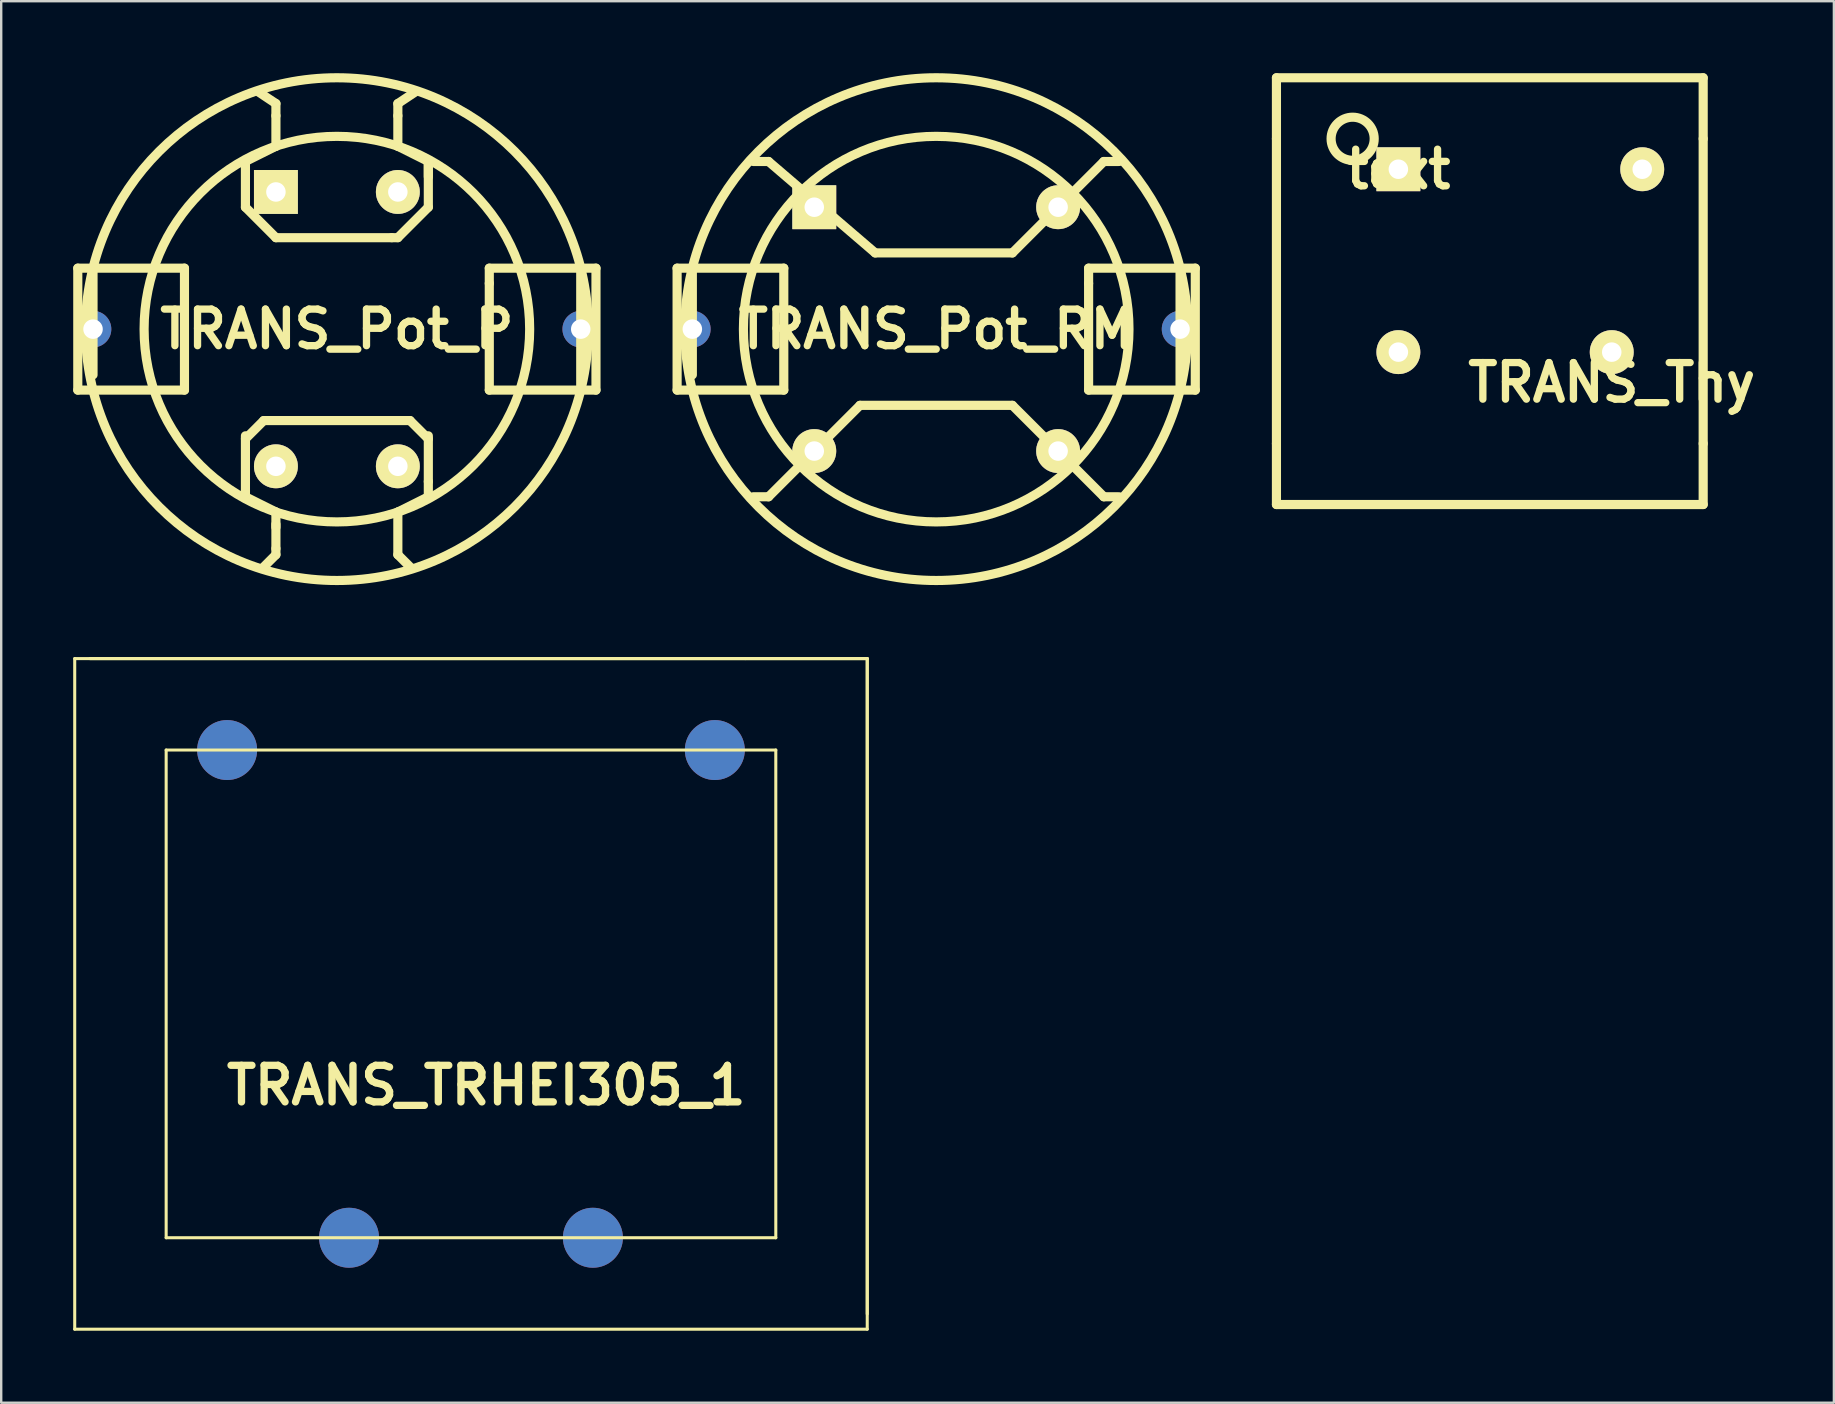
<source format=kicad_pcb>
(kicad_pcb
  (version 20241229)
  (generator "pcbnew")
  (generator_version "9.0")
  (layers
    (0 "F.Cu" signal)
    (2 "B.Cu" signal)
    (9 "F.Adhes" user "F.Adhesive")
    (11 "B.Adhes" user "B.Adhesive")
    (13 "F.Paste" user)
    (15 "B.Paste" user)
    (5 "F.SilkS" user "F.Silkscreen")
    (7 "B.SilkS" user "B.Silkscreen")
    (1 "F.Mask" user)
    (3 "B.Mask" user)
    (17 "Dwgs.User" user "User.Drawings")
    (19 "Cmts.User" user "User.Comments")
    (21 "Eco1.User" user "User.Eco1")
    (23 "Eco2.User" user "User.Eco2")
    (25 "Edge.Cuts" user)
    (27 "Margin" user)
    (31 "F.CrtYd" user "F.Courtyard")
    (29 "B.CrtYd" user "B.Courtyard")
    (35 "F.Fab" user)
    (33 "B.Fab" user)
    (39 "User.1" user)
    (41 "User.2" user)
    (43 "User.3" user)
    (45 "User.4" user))
  (footprint "TRANS_Thy"
    (layer "F.Cu")
    (at 60.292 7.811)
    (property "Reference" "TRANS_Thy" (at 3.81 5.08 0) (layer "F.SilkS") (effects (font (size 1.524 1.524) (thickness 0.305))))
    (attr through_hole)
    (fp_line (start -10.16 -7.62) (end 7.62 -7.62) (stroke (width 0.381) (type solid)) (layer "F.SilkS"))
    (fp_line (start -10.16 -5.08) (end -10.16 -7.62) (stroke (width 0.381) (type solid)) (layer "F.SilkS"))
    (fp_line (start -10.16 7.62) (end -10.16 -5.08) (stroke (width 0.381) (type solid)) (layer "F.SilkS"))
    (fp_line (start -10.16 7.62) (end -10.16 10.16) (stroke (width 0.381) (type solid)) (layer "F.SilkS"))
    (fp_line (start -10.16 10.16) (end 7.62 10.16) (stroke (width 0.381) (type solid)) (layer "F.SilkS"))
    (fp_line (start 7.62 -7.62) (end 7.62 -5.08) (stroke (width 0.381) (type solid)) (layer "F.SilkS"))
    (fp_line (start 7.62 7.62) (end 7.62 -5.08) (stroke (width 0.381) (type solid)) (layer "F.SilkS"))
    (fp_line (start 7.62 10.16) (end 7.62 7.62) (stroke (width 0.381) (type solid)) (layer "F.SilkS"))
    (fp_circle (center -6.985 -5.08) (end -6.35 -4.445) (stroke (width 0.381) (type solid)) (fill no) (layer "F.SilkS"))
    (fp_text user "text" (at -5.08 -3.81 0) (layer "F.SilkS") (effects (font (size 1.524 1.524) (thickness 0.305))))
    (pad "1" thru_hole rect (at -5.08 -3.81) (size 1.829 1.829) (drill 0.813) (layers "*.Cu" "*.Mask" "F.SilkS"))
    (pad "2" thru_hole circle (at -5.08 3.81) (size 1.829 1.829) (drill 0.813) (layers "*.Cu" "*.Mask" "F.SilkS"))
    (pad "3" thru_hole circle (at 3.81 3.81) (size 1.829 1.829) (drill 0.813) (layers "*.Cu" "*.Mask" "F.SilkS"))
    (pad "4" thru_hole circle (at 5.08 -3.81) (size 1.829 1.829) (drill 0.813) (layers "*.Cu" "*.Mask" "F.SilkS")))
  (footprint "TRANS_TRHEI305_1"
    (layer "F.Cu")
    (at 16.573 38.36)
    (property "Reference" "TRANS_TRHEI305_1" (at 0.635 3.81 0) (layer "F.SilkS") (effects (font (size 1.524 1.524) (thickness 0.305))))
    (attr through_hole)
    (fp_line (start -16.51 -13.97) (end 16.51 -13.97) (stroke (width 0.127) (type solid)) (layer "F.SilkS"))
    (fp_line (start -16.51 13.97) (end -16.51 -13.97) (stroke (width 0.127) (type solid)) (layer "F.SilkS"))
    (fp_line (start -15.875 -13.97) (end 11.43 -13.97) (stroke (width 0.127) (type solid)) (layer "F.SilkS"))
    (fp_line (start -12.7 -10.16) (end 12.7 -10.16) (stroke (width 0.127) (type solid)) (layer "F.SilkS"))
    (fp_line (start -12.7 10.16) (end -12.7 -10.16) (stroke (width 0.127) (type solid)) (layer "F.SilkS"))
    (fp_line (start 11.43 -13.97) (end 16.51 -13.97) (stroke (width 0.127) (type solid)) (layer "F.SilkS"))
    (fp_line (start 12.7 -10.16) (end 12.7 10.16) (stroke (width 0.127) (type solid)) (layer "F.SilkS"))
    (fp_line (start 12.7 10.16) (end -12.7 10.16) (stroke (width 0.127) (type solid)) (layer "F.SilkS"))
    (fp_line (start 16.51 -13.97) (end 16.51 13.335) (stroke (width 0.127) (type solid)) (layer "F.SilkS"))
    (fp_line (start 16.51 -13.97) (end 16.51 13.97) (stroke (width 0.127) (type solid)) (layer "F.SilkS"))
    (fp_line (start 16.51 13.97) (end -16.51 13.97) (stroke (width 0.127) (type solid)) (layer "F.SilkS"))
    (pad "1" smd circle (at 10.16 -10.16) (size 2.499 2.499) (layers "*.Cu" "*.Mask"))
    (pad "5" smd circle (at -10.16 -10.16) (size 2.499 2.499) (layers "*.Cu" "*.Mask"))
    (pad "7" smd circle (at -5.08 10.16) (size 2.499 2.499) (layers "*.Cu" "*.Mask"))
    (pad "9" smd circle (at 5.08 10.16) (size 2.499 2.499) (layers "*.Cu" "*.Mask")))
  (footprint "TRANS_Pot_P"
    (layer "F.Cu")
    (at 10.986 10.663)
    (property "Reference" "TRANS_Pot_P" (at 0 0 0) (layer "F.SilkS") (effects (font (size 1.524 1.524) (thickness 0.305))))
    (attr through_hole)
    (fp_line (start -10.795 -2.54) (end -10.16 -2.54) (stroke (width 0.381) (type solid)) (layer "F.SilkS"))
    (fp_line (start -10.795 2.54) (end -10.795 -2.54) (stroke (width 0.381) (type solid)) (layer "F.SilkS"))
    (fp_line (start -10.16 -2.54) (end -10.16 1.905) (stroke (width 0.381) (type solid)) (layer "F.SilkS"))
    (fp_line (start -10.16 -2.54) (end -6.35 -2.54) (stroke (width 0.381) (type solid)) (layer "F.SilkS"))
    (fp_line (start -6.35 -2.54) (end -6.35 2.54) (stroke (width 0.381) (type solid)) (layer "F.SilkS"))
    (fp_line (start -6.35 2.54) (end -10.795 2.54) (stroke (width 0.381) (type solid)) (layer "F.SilkS"))
    (fp_line (start -3.81 -6.985) (end -2.54 -7.62) (stroke (width 0.381) (type solid)) (layer "F.SilkS"))
    (fp_line (start -3.81 -5.08) (end -3.81 -6.985) (stroke (width 0.381) (type solid)) (layer "F.SilkS"))
    (fp_line (start -3.81 -5.08) (end -2.54 -3.81) (stroke (width 0.381) (type solid)) (layer "F.SilkS"))
    (fp_line (start -3.81 4.572) (end -3.048 3.81) (stroke (width 0.381) (type solid)) (layer "F.SilkS"))
    (fp_line (start -3.81 6.985) (end -3.81 4.445) (stroke (width 0.381) (type solid)) (layer "F.SilkS"))
    (fp_line (start -3.048 3.81) (end 3.048 3.81) (stroke (width 0.381) (type solid)) (layer "F.SilkS"))
    (fp_line (start -2.54 -9.398) (end -3.302 -9.906) (stroke (width 0.381) (type solid)) (layer "F.SilkS"))
    (fp_line (start -2.54 -8.89) (end -2.54 -9.398) (stroke (width 0.381) (type solid)) (layer "F.SilkS"))
    (fp_line (start -2.54 -7.62) (end -2.54 -8.89) (stroke (width 0.381) (type solid)) (layer "F.SilkS"))
    (fp_line (start -2.54 -3.81) (end 2.286 -3.81) (stroke (width 0.381) (type solid)) (layer "F.SilkS"))
    (fp_line (start -2.54 7.62) (end -3.81 6.985) (stroke (width 0.381) (type solid)) (layer "F.SilkS"))
    (fp_line (start -2.54 8.255) (end -2.54 7.62) (stroke (width 0.381) (type solid)) (layer "F.SilkS"))
    (fp_line (start -2.54 9.144) (end -2.54 8.128) (stroke (width 0.381) (type solid)) (layer "F.SilkS"))
    (fp_line (start -2.54 9.144) (end -2.54 9.398) (stroke (width 0.381) (type solid)) (layer "F.SilkS"))
    (fp_line (start -2.54 9.398) (end -3.048 9.906) (stroke (width 0.381) (type solid)) (layer "F.SilkS"))
    (fp_line (start 2.286 -3.81) (end 2.54 -3.81) (stroke (width 0.381) (type solid)) (layer "F.SilkS"))
    (fp_line (start 2.54 -9.398) (end 3.302 -9.906) (stroke (width 0.381) (type solid)) (layer "F.SilkS"))
    (fp_line (start 2.54 -8.89) (end 2.54 -9.398) (stroke (width 0.381) (type solid)) (layer "F.SilkS"))
    (fp_line (start 2.54 -7.62) (end 2.54 -8.89) (stroke (width 0.381) (type solid)) (layer "F.SilkS"))
    (fp_line (start 2.54 -3.81) (end 3.81 -5.08) (stroke (width 0.381) (type solid)) (layer "F.SilkS"))
    (fp_line (start 2.54 7.62) (end 2.54 9.398) (stroke (width 0.381) (type solid)) (layer "F.SilkS"))
    (fp_line (start 2.54 9.398) (end 3.048 9.906) (stroke (width 0.381) (type solid)) (layer "F.SilkS"))
    (fp_line (start 3.048 3.81) (end 3.81 4.572) (stroke (width 0.381) (type solid)) (layer "F.SilkS"))
    (fp_line (start 3.81 -6.985) (end 2.54 -7.62) (stroke (width 0.381) (type solid)) (layer "F.SilkS"))
    (fp_line (start 3.81 -6.35) (end 3.81 -6.985) (stroke (width 0.381) (type solid)) (layer "F.SilkS"))
    (fp_line (start 3.81 -5.08) (end 3.81 -6.858) (stroke (width 0.381) (type solid)) (layer "F.SilkS"))
    (fp_line (start 3.81 4.445) (end 3.81 6.35) (stroke (width 0.381) (type solid)) (layer "F.SilkS"))
    (fp_line (start 3.81 6.35) (end 3.81 6.985) (stroke (width 0.381) (type solid)) (layer "F.SilkS"))
    (fp_line (start 3.81 6.985) (end 2.54 7.62) (stroke (width 0.381) (type solid)) (layer "F.SilkS"))
    (fp_line (start 6.35 -2.54) (end 10.795 -2.54) (stroke (width 0.381) (type solid)) (layer "F.SilkS"))
    (fp_line (start 6.35 -1.905) (end 6.35 -2.54) (stroke (width 0.381) (type solid)) (layer "F.SilkS"))
    (fp_line (start 6.35 2.54) (end 6.35 -1.905) (stroke (width 0.381) (type solid)) (layer "F.SilkS"))
    (fp_line (start 10.16 2.54) (end 10.16 -2.54) (stroke (width 0.381) (type solid)) (layer "F.SilkS"))
    (fp_line (start 10.795 -2.54) (end 10.795 2.54) (stroke (width 0.381) (type solid)) (layer "F.SilkS"))
    (fp_line (start 10.795 2.54) (end 6.35 2.54) (stroke (width 0.381) (type solid)) (layer "F.SilkS"))
    (fp_circle (center 0 0) (end 7.62 -2.54) (stroke (width 0.381) (type solid)) (fill no) (layer "F.SilkS"))
    (fp_circle (center 0 0) (end 10.16 2.54) (stroke (width 0.381) (type solid)) (fill no) (layer "F.SilkS"))
    (pad "1" thru_hole rect (at -2.54 -5.715) (size 1.829 1.829) (drill 0.813) (layers "*.Cu" "*.Mask" "F.SilkS"))
    (pad "2" thru_hole circle (at -2.54 5.715) (size 1.829 1.829) (drill 0.813) (layers "*.Cu" "*.Mask" "F.SilkS"))
    (pad "3" thru_hole circle (at 2.54 5.715) (size 1.829 1.829) (drill 0.813) (layers "*.Cu" "*.Mask" "F.SilkS"))
    (pad "4" thru_hole circle (at 2.54 -5.715) (size 1.829 1.829) (drill 0.813) (layers "*.Cu" "*.Mask" "F.SilkS"))
    (pad "5" thru_hole circle (at 10.16 0) (size 1.524 1.524) (drill 0.813) (layers "*.Cu"))
    (pad "6" thru_hole circle (at -10.16 0) (size 1.524 1.524) (drill 0.813) (layers "*.Cu")))
  (footprint "TRANS_Pot_RM"
    (layer "F.Cu")
    (at 35.956 10.663)
    (property "Reference" "TRANS_Pot_RM" (at 0 0 0) (layer "F.SilkS") (effects (font (size 1.524 1.524) (thickness 0.305))))
    (attr through_hole)
    (fp_line (start -10.795 -2.54) (end -10.16 -2.54) (stroke (width 0.381) (type solid)) (layer "F.SilkS"))
    (fp_line (start -10.795 2.54) (end -10.795 -2.54) (stroke (width 0.381) (type solid)) (layer "F.SilkS"))
    (fp_line (start -10.16 -2.54) (end -10.16 1.905) (stroke (width 0.381) (type solid)) (layer "F.SilkS"))
    (fp_line (start -10.16 -2.54) (end -6.35 -2.54) (stroke (width 0.381) (type solid)) (layer "F.SilkS"))
    (fp_line (start -7.62 -6.985) (end -6.985 -6.985) (stroke (width 0.381) (type solid)) (layer "F.SilkS"))
    (fp_line (start -7.62 6.985) (end -6.985 6.985) (stroke (width 0.381) (type solid)) (layer "F.SilkS"))
    (fp_line (start -6.985 -6.985) (end -2.54 -3.175) (stroke (width 0.381) (type solid)) (layer "F.SilkS"))
    (fp_line (start -6.985 6.985) (end -3.175 3.175) (stroke (width 0.381) (type solid)) (layer "F.SilkS"))
    (fp_line (start -6.35 -2.54) (end -6.35 2.54) (stroke (width 0.381) (type solid)) (layer "F.SilkS"))
    (fp_line (start -6.35 2.54) (end -10.795 2.54) (stroke (width 0.381) (type solid)) (layer "F.SilkS"))
    (fp_line (start -3.175 3.175) (end 3.175 3.175) (stroke (width 0.381) (type solid)) (layer "F.SilkS"))
    (fp_line (start -2.54 -3.175) (end 3.175 -3.175) (stroke (width 0.381) (type solid)) (layer "F.SilkS"))
    (fp_line (start 3.175 -3.175) (end 6.985 -6.985) (stroke (width 0.381) (type solid)) (layer "F.SilkS"))
    (fp_line (start 3.175 3.175) (end 6.985 6.985) (stroke (width 0.381) (type solid)) (layer "F.SilkS"))
    (fp_line (start 6.35 -2.54) (end 10.795 -2.54) (stroke (width 0.381) (type solid)) (layer "F.SilkS"))
    (fp_line (start 6.35 -1.905) (end 6.35 -2.54) (stroke (width 0.381) (type solid)) (layer "F.SilkS"))
    (fp_line (start 6.35 2.54) (end 6.35 -1.905) (stroke (width 0.381) (type solid)) (layer "F.SilkS"))
    (fp_line (start 6.985 -6.985) (end 7.62 -6.985) (stroke (width 0.381) (type solid)) (layer "F.SilkS"))
    (fp_line (start 6.985 6.985) (end 7.62 6.985) (stroke (width 0.381) (type solid)) (layer "F.SilkS"))
    (fp_line (start 10.16 2.54) (end 10.16 -2.54) (stroke (width 0.381) (type solid)) (layer "F.SilkS"))
    (fp_line (start 10.795 -2.54) (end 10.795 2.54) (stroke (width 0.381) (type solid)) (layer "F.SilkS"))
    (fp_line (start 10.795 2.54) (end 6.35 2.54) (stroke (width 0.381) (type solid)) (layer "F.SilkS"))
    (fp_circle (center 0 0) (end 7.62 -2.54) (stroke (width 0.381) (type solid)) (fill no) (layer "F.SilkS"))
    (fp_circle (center 0 0) (end 10.16 2.54) (stroke (width 0.381) (type solid)) (fill no) (layer "F.SilkS"))
    (pad "1" thru_hole rect (at -5.08 -5.08) (size 1.829 1.829) (drill 0.813) (layers "*.Cu" "*.Mask" "F.SilkS"))
    (pad "2" thru_hole circle (at -5.08 5.08) (size 1.829 1.829) (drill 0.813) (layers "*.Cu" "*.Mask" "F.SilkS"))
    (pad "3" thru_hole circle (at 5.08 5.08) (size 1.829 1.829) (drill 0.813) (layers "*.Cu" "*.Mask" "F.SilkS"))
    (pad "4" thru_hole circle (at 5.08 -5.08) (size 1.829 1.829) (drill 0.813) (layers "*.Cu" "*.Mask" "F.SilkS"))
    (pad "5" thru_hole circle (at 10.16 0) (size 1.524 1.524) (drill 0.813) (layers "*.Cu"))
    (pad "6" thru_hole circle (at -10.16 0) (size 1.524 1.524) (drill 0.813) (layers "*.Cu")))
  (gr_rect
    (start -3 -3)
    (end 73.358 55.393)
    (stroke (width 0.1) (type default))
    (fill no)
    (layer "Edge.Cuts")))
</source>
